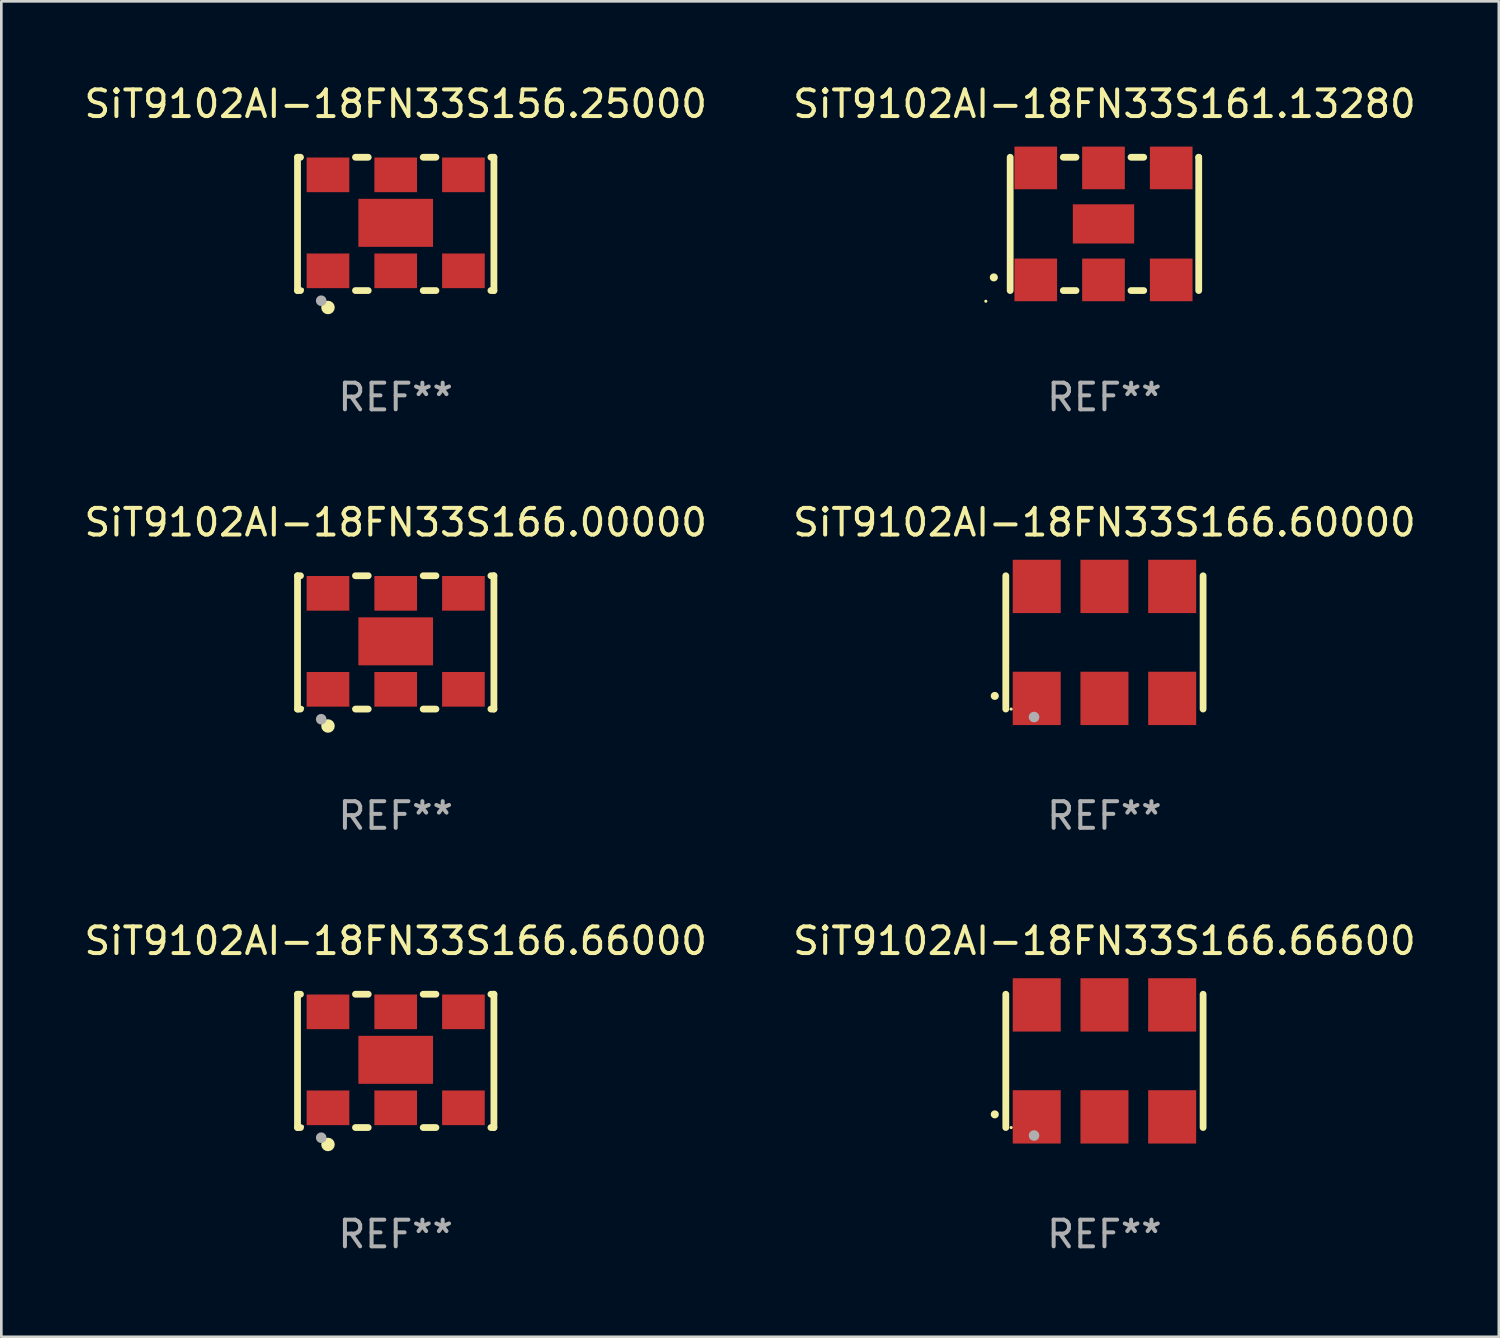
<source format=kicad_pcb>
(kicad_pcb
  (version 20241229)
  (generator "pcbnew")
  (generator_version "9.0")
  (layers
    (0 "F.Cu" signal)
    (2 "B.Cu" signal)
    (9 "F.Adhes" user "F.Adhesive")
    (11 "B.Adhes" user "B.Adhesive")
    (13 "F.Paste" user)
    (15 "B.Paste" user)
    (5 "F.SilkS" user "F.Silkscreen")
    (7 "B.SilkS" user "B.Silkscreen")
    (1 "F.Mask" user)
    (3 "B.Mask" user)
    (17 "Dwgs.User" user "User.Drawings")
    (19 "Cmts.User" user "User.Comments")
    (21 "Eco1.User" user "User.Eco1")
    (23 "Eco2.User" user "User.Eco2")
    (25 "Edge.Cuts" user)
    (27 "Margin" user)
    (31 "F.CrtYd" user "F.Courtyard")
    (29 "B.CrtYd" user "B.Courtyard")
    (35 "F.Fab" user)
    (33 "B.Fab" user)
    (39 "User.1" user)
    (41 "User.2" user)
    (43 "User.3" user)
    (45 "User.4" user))
  (footprint "SiT9102AI-18FN33S166.66600"
    (layer "F.Cu")
    (at 38.375 36.741)
    (property "Reference" "SiT9102AI-18FN33S166.66600" (at 0 -4.5 0) (layer "F.SilkS") (effects (font (size 1 1) (thickness 0.15))))
    (attr through_hole)
    (fp_line (start -3.7 -2.5) (end -3.7 2.5) (stroke (width 0.254) (type solid)) (layer "F.SilkS"))
    (fp_line (start 3.7 -2.5) (end 3.7 2.5) (stroke (width 0.254) (type solid)) (layer "F.SilkS"))
    (fp_arc (start -4.114415 2.006604) (mid -4.113145 2.006599) (end -4.111875 2.006604) (stroke (width 0.3) (type solid)) (layer "F.SilkS"))
    (fp_circle (center -3.5 2.501) (end -3.47 2.501) (stroke (width 0.06) (type solid)) (fill no) (layer "F.SilkS"))
    (fp_circle (center -2.641 2.799) (end -2.541 2.799) (stroke (width 0.2) (type solid)) (fill no) (layer "F.Fab"))
    (fp_text user "REF**" (at 0 6.5 0) (layer "F.Fab") (effects (font (size 1 1) (thickness 0.15))))
    (pad "1" smd rect (at -2.54 2.1) (size 1.8 2) (layers "F.Cu" "F.Mask" "F.Paste"))
    (pad "2" smd rect (at 0.000394 2.1) (size 1.8 2) (layers "F.Cu" "F.Mask" "F.Paste"))
    (pad "3" smd rect (at 2.54 2.1) (size 1.8 2) (layers "F.Cu" "F.Mask" "F.Paste"))
    (pad "4" smd rect (at 2.54 -2.1) (size 1.8 2) (layers "F.Cu" "F.Mask" "F.Paste"))
    (pad "5" smd rect (at 0.000394 -2.1) (size 1.8 2) (layers "F.Cu" "F.Mask" "F.Paste"))
    (pad "6" smd rect (at -2.54 -2.1) (size 1.8 2) (layers "F.Cu" "F.Mask" "F.Paste")))
  (footprint "SiT9102AI-18FN33S161.13280"
    (layer "F.Cu")
    (at 38.375 5.348)
    (property "Reference" "SiT9102AI-18FN33S161.13280" (at 0 -4.5 0) (layer "F.SilkS") (effects (font (size 1 1) (thickness 0.15))))
    (attr through_hole)
    (fp_line (start -3.536 -2.5) (end -3.536 2.5) (stroke (width 0.254) (type solid)) (layer "F.SilkS"))
    (fp_line (start -1.544 2.5) (end -1.067 2.5) (stroke (width 0.254) (type solid)) (layer "F.SilkS"))
    (fp_line (start -1.067 -2.5) (end -1.544 -2.5) (stroke (width 0.254) (type solid)) (layer "F.SilkS"))
    (fp_line (start 0.996 2.5) (end 1.473 2.5) (stroke (width 0.254) (type solid)) (layer "F.SilkS"))
    (fp_line (start 1.473 -2.5) (end 0.996 -2.5) (stroke (width 0.254) (type solid)) (layer "F.SilkS"))
    (fp_line (start 3.536 -2.5) (end 3.536 -2.5) (stroke (width 0.254) (type solid)) (layer "F.SilkS"))
    (fp_line (start 3.536 2.5) (end 3.536 -2.5) (stroke (width 0.254) (type solid)) (layer "F.SilkS"))
    (fp_arc (start -4.150432 2.006604) (mid -4.149162 2.006599) (end -4.147892 2.006604) (stroke (width 0.3) (type solid)) (layer "F.SilkS"))
    (fp_circle (center -4.449 2.9) (end -4.419 2.9) (stroke (width 0.06) (type solid)) (fill no) (layer "F.SilkS"))
    (fp_text user "REF**" (at 0 6.5 0) (layer "F.Fab") (effects (font (size 1 1) (thickness 0.15))))
    (pad "1" smd rect (at -2.576 2.1) (size 1.6 1.6) (layers "F.Cu" "F.Mask" "F.Paste"))
    (pad "2" smd rect (at -0.036 2.1) (size 1.6 1.6) (layers "F.Cu" "F.Mask" "F.Paste"))
    (pad "3" smd rect (at 2.504 2.1) (size 1.6 1.6) (layers "F.Cu" "F.Mask" "F.Paste"))
    (pad "4" smd rect (at 2.504 -2.1) (size 1.6 1.6) (layers "F.Cu" "F.Mask" "F.Paste"))
    (pad "5" smd rect (at -0.036 -2.1) (size 1.6 1.6) (layers "F.Cu" "F.Mask" "F.Paste"))
    (pad "6" smd rect (at -2.576 -2.1) (size 1.6 1.6) (layers "F.Cu" "F.Mask" "F.Paste"))
    (pad "7" smd rect (at -0.036 0) (size 2.3 1.47) (layers "F.Cu" "F.Mask" "F.Paste")))
  (footprint "SiT9102AI-18FN33S166.66000"
    (layer "F.Cu")
    (at 11.792 36.741)
    (property "Reference" "SiT9102AI-18FN33S166.66000" (at 0 -4.5 0) (layer "F.SilkS") (effects (font (size 1 1) (thickness 0.15))))
    (attr through_hole)
    (fp_line (start -3.683 -2.5) (end -3.571 -2.5) (stroke (width 0.254) (type solid)) (layer "F.SilkS"))
    (fp_line (start -3.683 2.5) (end -3.683 -2.5) (stroke (width 0.254) (type solid)) (layer "F.SilkS"))
    (fp_line (start -3.683 2.5) (end -3.571 2.5) (stroke (width 0.254) (type solid)) (layer "F.SilkS"))
    (fp_line (start -1.509 -2.5) (end -1.031 -2.5) (stroke (width 0.254) (type solid)) (layer "F.SilkS"))
    (fp_line (start -1.509 2.5) (end -1.031 2.5) (stroke (width 0.254) (type solid)) (layer "F.SilkS"))
    (fp_line (start 1.031 -2.5) (end 1.509 -2.5) (stroke (width 0.254) (type solid)) (layer "F.SilkS"))
    (fp_line (start 1.031 2.5) (end 1.509 2.5) (stroke (width 0.254) (type solid)) (layer "F.SilkS"))
    (fp_line (start 3.571 -2.5) (end 3.683 -2.5) (stroke (width 0.254) (type solid)) (layer "F.SilkS"))
    (fp_line (start 3.571 2.5) (end 3.683 2.5) (stroke (width 0.254) (type solid)) (layer "F.SilkS"))
    (fp_line (start 3.683 2.5) (end 3.683 -2.5) (stroke (width 0.254) (type solid)) (layer "F.SilkS"))
    (fp_circle (center -3.5 2.46) (end -3.47 2.46) (stroke (width 0.06) (type solid)) (fill no) (layer "F.SilkS"))
    (fp_circle (center -2.54 3.135) (end -2.413 3.135) (stroke (width 0.254) (type solid)) (fill no) (layer "F.SilkS"))
    (fp_circle (center -2.794 2.881) (end -2.694 2.881) (stroke (width 0.2) (type solid)) (fill no) (layer "F.Fab"))
    (fp_text user "REF**" (at 0 6.5 0) (layer "F.Fab") (effects (font (size 1 1) (thickness 0.15))))
    (pad "1" smd rect (at -2.54 1.76) (size 1.6 1.3) (layers "F.Cu" "F.Mask" "F.Paste"))
    (pad "2" smd rect (at 0 1.76) (size 1.6 1.3) (layers "F.Cu" "F.Mask" "F.Paste"))
    (pad "3" smd rect (at 2.54 1.76) (size 1.6 1.3) (layers "F.Cu" "F.Mask" "F.Paste"))
    (pad "4" smd rect (at 2.54 -1.84) (size 1.6 1.3) (layers "F.Cu" "F.Mask" "F.Paste"))
    (pad "5" smd rect (at 0 -1.84) (size 1.6 1.3) (layers "F.Cu" "F.Mask" "F.Paste"))
    (pad "6" smd rect (at -2.54 -1.84) (size 1.6 1.3) (layers "F.Cu" "F.Mask" "F.Paste"))
    (pad "7" smd rect (at 0 -0.04) (size 2.8 1.8) (layers "F.Cu" "F.Mask" "F.Paste")))
  (footprint "SiT9102AI-18FN33S156.25000"
    (layer "F.Cu")
    (at 11.792 5.348)
    (property "Reference" "SiT9102AI-18FN33S156.25000" (at 0 -4.5 0) (layer "F.SilkS") (effects (font (size 1 1) (thickness 0.15))))
    (attr through_hole)
    (fp_line (start -3.683 -2.5) (end -3.571 -2.5) (stroke (width 0.254) (type solid)) (layer "F.SilkS"))
    (fp_line (start -3.683 2.5) (end -3.683 -2.5) (stroke (width 0.254) (type solid)) (layer "F.SilkS"))
    (fp_line (start -3.683 2.5) (end -3.571 2.5) (stroke (width 0.254) (type solid)) (layer "F.SilkS"))
    (fp_line (start -1.509 -2.5) (end -1.031 -2.5) (stroke (width 0.254) (type solid)) (layer "F.SilkS"))
    (fp_line (start -1.509 2.5) (end -1.031 2.5) (stroke (width 0.254) (type solid)) (layer "F.SilkS"))
    (fp_line (start 1.031 -2.5) (end 1.509 -2.5) (stroke (width 0.254) (type solid)) (layer "F.SilkS"))
    (fp_line (start 1.031 2.5) (end 1.509 2.5) (stroke (width 0.254) (type solid)) (layer "F.SilkS"))
    (fp_line (start 3.571 -2.5) (end 3.683 -2.5) (stroke (width 0.254) (type solid)) (layer "F.SilkS"))
    (fp_line (start 3.571 2.5) (end 3.683 2.5) (stroke (width 0.254) (type solid)) (layer "F.SilkS"))
    (fp_line (start 3.683 2.5) (end 3.683 -2.5) (stroke (width 0.254) (type solid)) (layer "F.SilkS"))
    (fp_circle (center -3.5 2.46) (end -3.47 2.46) (stroke (width 0.06) (type solid)) (fill no) (layer "F.SilkS"))
    (fp_circle (center -2.54 3.135) (end -2.413 3.135) (stroke (width 0.254) (type solid)) (fill no) (layer "F.SilkS"))
    (fp_circle (center -2.794 2.881) (end -2.694 2.881) (stroke (width 0.2) (type solid)) (fill no) (layer "F.Fab"))
    (fp_text user "REF**" (at 0 6.5 0) (layer "F.Fab") (effects (font (size 1 1) (thickness 0.15))))
    (pad "1" smd rect (at -2.54 1.76) (size 1.6 1.3) (layers "F.Cu" "F.Mask" "F.Paste"))
    (pad "2" smd rect (at 0 1.76) (size 1.6 1.3) (layers "F.Cu" "F.Mask" "F.Paste"))
    (pad "3" smd rect (at 2.54 1.76) (size 1.6 1.3) (layers "F.Cu" "F.Mask" "F.Paste"))
    (pad "4" smd rect (at 2.54 -1.84) (size 1.6 1.3) (layers "F.Cu" "F.Mask" "F.Paste"))
    (pad "5" smd rect (at 0 -1.84) (size 1.6 1.3) (layers "F.Cu" "F.Mask" "F.Paste"))
    (pad "6" smd rect (at -2.54 -1.84) (size 1.6 1.3) (layers "F.Cu" "F.Mask" "F.Paste"))
    (pad "7" smd rect (at 0 -0.04) (size 2.8 1.8) (layers "F.Cu" "F.Mask" "F.Paste")))
  (footprint "SiT9102AI-18FN33S166.60000"
    (layer "F.Cu")
    (at 38.375 21.045)
    (property "Reference" "SiT9102AI-18FN33S166.60000" (at 0 -4.5 0) (layer "F.SilkS") (effects (font (size 1 1) (thickness 0.15))))
    (attr through_hole)
    (fp_line (start -3.7 -2.5) (end -3.7 2.5) (stroke (width 0.254) (type solid)) (layer "F.SilkS"))
    (fp_line (start 3.7 -2.5) (end 3.7 2.5) (stroke (width 0.254) (type solid)) (layer "F.SilkS"))
    (fp_arc (start -4.114415 2.006604) (mid -4.113145 2.006599) (end -4.111875 2.006604) (stroke (width 0.3) (type solid)) (layer "F.SilkS"))
    (fp_circle (center -3.5 2.501) (end -3.47 2.501) (stroke (width 0.06) (type solid)) (fill no) (layer "F.SilkS"))
    (fp_circle (center -2.641 2.799) (end -2.541 2.799) (stroke (width 0.2) (type solid)) (fill no) (layer "F.Fab"))
    (fp_text user "REF**" (at 0 6.5 0) (layer "F.Fab") (effects (font (size 1 1) (thickness 0.15))))
    (pad "1" smd rect (at -2.54 2.1) (size 1.8 2) (layers "F.Cu" "F.Mask" "F.Paste"))
    (pad "2" smd rect (at 0.000394 2.1) (size 1.8 2) (layers "F.Cu" "F.Mask" "F.Paste"))
    (pad "3" smd rect (at 2.54 2.1) (size 1.8 2) (layers "F.Cu" "F.Mask" "F.Paste"))
    (pad "4" smd rect (at 2.54 -2.1) (size 1.8 2) (layers "F.Cu" "F.Mask" "F.Paste"))
    (pad "5" smd rect (at 0.000394 -2.1) (size 1.8 2) (layers "F.Cu" "F.Mask" "F.Paste"))
    (pad "6" smd rect (at -2.54 -2.1) (size 1.8 2) (layers "F.Cu" "F.Mask" "F.Paste")))
  (footprint "SiT9102AI-18FN33S166.00000"
    (layer "F.Cu")
    (at 11.792 21.045)
    (property "Reference" "SiT9102AI-18FN33S166.00000" (at 0 -4.5 0) (layer "F.SilkS") (effects (font (size 1 1) (thickness 0.15))))
    (attr through_hole)
    (fp_line (start -3.683 -2.5) (end -3.571 -2.5) (stroke (width 0.254) (type solid)) (layer "F.SilkS"))
    (fp_line (start -3.683 2.5) (end -3.683 -2.5) (stroke (width 0.254) (type solid)) (layer "F.SilkS"))
    (fp_line (start -3.683 2.5) (end -3.571 2.5) (stroke (width 0.254) (type solid)) (layer "F.SilkS"))
    (fp_line (start -1.509 -2.5) (end -1.031 -2.5) (stroke (width 0.254) (type solid)) (layer "F.SilkS"))
    (fp_line (start -1.509 2.5) (end -1.031 2.5) (stroke (width 0.254) (type solid)) (layer "F.SilkS"))
    (fp_line (start 1.031 -2.5) (end 1.509 -2.5) (stroke (width 0.254) (type solid)) (layer "F.SilkS"))
    (fp_line (start 1.031 2.5) (end 1.509 2.5) (stroke (width 0.254) (type solid)) (layer "F.SilkS"))
    (fp_line (start 3.571 -2.5) (end 3.683 -2.5) (stroke (width 0.254) (type solid)) (layer "F.SilkS"))
    (fp_line (start 3.571 2.5) (end 3.683 2.5) (stroke (width 0.254) (type solid)) (layer "F.SilkS"))
    (fp_line (start 3.683 2.5) (end 3.683 -2.5) (stroke (width 0.254) (type solid)) (layer "F.SilkS"))
    (fp_circle (center -3.5 2.46) (end -3.47 2.46) (stroke (width 0.06) (type solid)) (fill no) (layer "F.SilkS"))
    (fp_circle (center -2.54 3.135) (end -2.413 3.135) (stroke (width 0.254) (type solid)) (fill no) (layer "F.SilkS"))
    (fp_circle (center -2.794 2.881) (end -2.694 2.881) (stroke (width 0.2) (type solid)) (fill no) (layer "F.Fab"))
    (fp_text user "REF**" (at 0 6.5 0) (layer "F.Fab") (effects (font (size 1 1) (thickness 0.15))))
    (pad "1" smd rect (at -2.54 1.76) (size 1.6 1.3) (layers "F.Cu" "F.Mask" "F.Paste"))
    (pad "2" smd rect (at 0 1.76) (size 1.6 1.3) (layers "F.Cu" "F.Mask" "F.Paste"))
    (pad "3" smd rect (at 2.54 1.76) (size 1.6 1.3) (layers "F.Cu" "F.Mask" "F.Paste"))
    (pad "4" smd rect (at 2.54 -1.84) (size 1.6 1.3) (layers "F.Cu" "F.Mask" "F.Paste"))
    (pad "5" smd rect (at 0 -1.84) (size 1.6 1.3) (layers "F.Cu" "F.Mask" "F.Paste"))
    (pad "6" smd rect (at -2.54 -1.84) (size 1.6 1.3) (layers "F.Cu" "F.Mask" "F.Paste"))
    (pad "7" smd rect (at 0 -0.04) (size 2.8 1.8) (layers "F.Cu" "F.Mask" "F.Paste")))
  (gr_rect
    (start -3 -3)
    (end 53.167 47.09)
    (stroke (width 0.1) (type default))
    (fill no)
    (layer "Edge.Cuts")))
</source>
